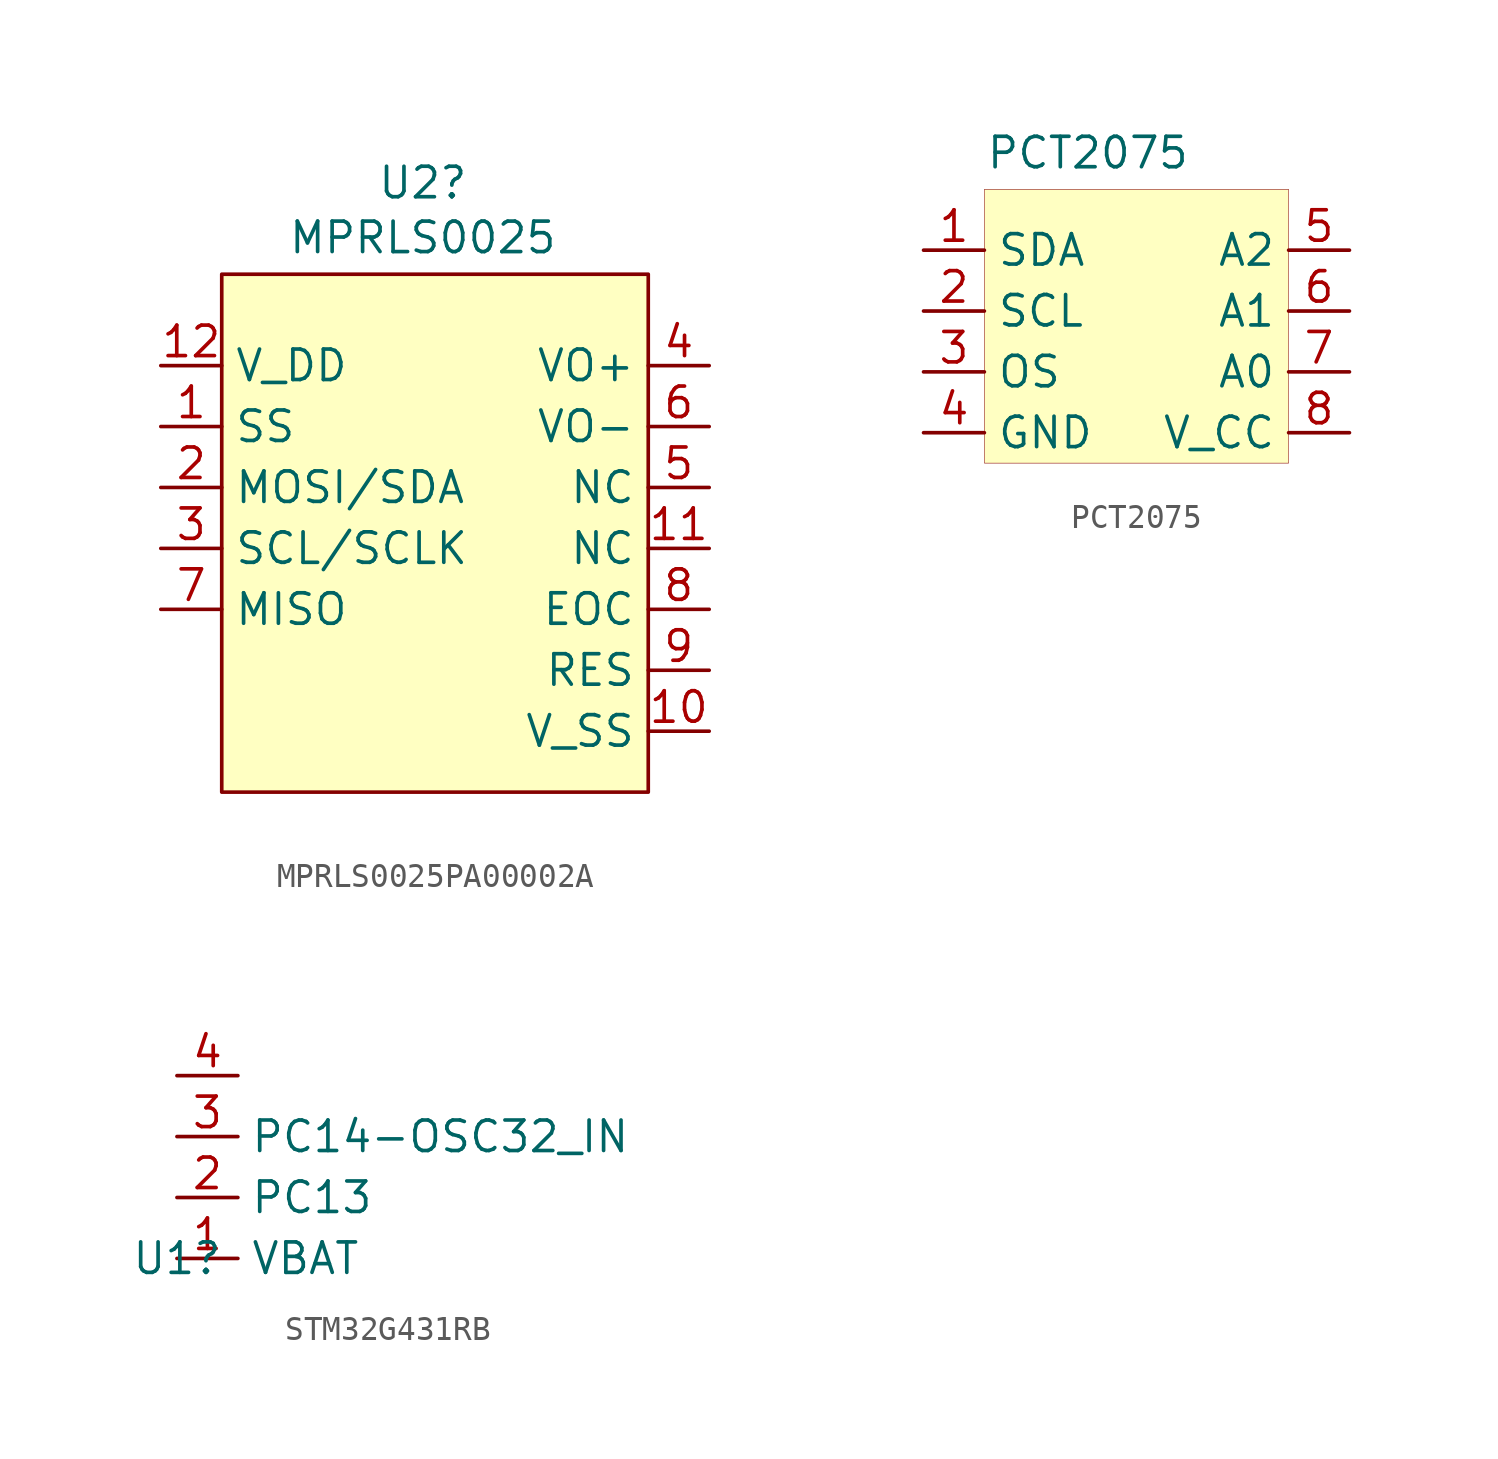
<source format=kicad_sym>
(kicad_symbol_lib
  (version 20241209)
  (generator "kicad_symbol_editor")
  (generator_version "9.0")
  (symbol " MPRLS0025PA00002A "
    (property "Reference" "U2"
      (at 9.652 26.67 0)
      (effects (font (size 1.27 1.27))))
    (property "Value" "MPRLS0025"
      (at 9.652 24.384 0)
      (effects (font (size 1.27 1.27))))
    (symbol " MPRLS0025PA00002A _1_0"
      (pin power_in line (at -1.27 19.05 0) (length 2.54) (name "V_DD" (effects (font (size 1.27 1.27)))) (number "12" (effects (font (size 1.27 1.27)))))
      (pin input line (at -1.27 13.97 0) (length 2.54) (name "MOSI/SDA" (effects (font (size 1.27 1.27)))) (number "2" (effects (font (size 1.27 1.27)))))
      (pin input line (at -1.27 11.43 0) (length 2.54) (name "SCL/SCLK" (effects (font (size 1.27 1.27)))) (number "3" (effects (font (size 1.27 1.27)))))
      (pin input line (at -1.27 8.89 0) (length 2.54) (name "MISO" (effects (font (size 1.27 1.27)))) (number "7" (effects (font (size 1.27 1.27)))))
      (pin output line (at 21.59 19.05 180) (length 2.54) (name "VO+" (effects (font (size 1.27 1.27)))) (number "4" (effects (font (size 1.27 1.27)))))
      (pin output line (at 21.59 16.51 180) (length 2.54) (name "VO-" (effects (font (size 1.27 1.27)))) (number "6" (effects (font (size 1.27 1.27)))))
      (pin output line (at 21.59 13.97 180) (length 2.54) (name "NC" (effects (font (size 1.27 1.27)))) (number "5" (effects (font (size 1.27 1.27)))))
      (pin output line (at 21.59 11.43 180) (length 2.54) (name "NC" (effects (font (size 1.27 1.27)))) (number "11" (effects (font (size 1.27 1.27)))))
      (pin input line (at 21.59 8.89 180) (length 2.54) (name "EOC" (effects (font (size 1.27 1.27)))) (number "8" (effects (font (size 1.27 1.27)))))
      (pin output line (at 21.59 6.35 180) (length 2.54) (name "RES" (effects (font (size 1.27 1.27)))) (number "9" (effects (font (size 1.27 1.27)))))
      (pin output line (at 21.59 3.81 180) (length 2.54) (name "V_SS" (effects (font (size 1.27 1.27)))) (number "10" (effects (font (size 1.27 1.27))))))
    (symbol " MPRLS0025PA00002A _1_1"
      (rectangle (start 1.27 22.86) (end 19.05 1.27) (stroke (width 0) (type solid)) (fill (type background)))
      (pin input line (at -1.27 16.51 0) (length 2.54) (name "SS" (effects (font (size 1.27 1.27)))) (number "1" (effects (font (size 1.27 1.27)))))))
  (symbol "PCT2075"
    (property "Reference" "U1"
      (at -7.366 17.78 0)
      (effects (font (size 1.27 1.27)) (hide yes)))
    (property "Value" "PCT2075"
      (at -4.572 15.494 0)
      (effects (font (size 1.27 1.27))))
    (symbol "PCT2075_1_1"
      (rectangle (start -8.89 13.97) (end 3.81 2.54) (stroke (width 0.006) (type solid)) (fill (type background)))
      (pin input line (at -11.43 11.43 0) (length 2.54) (name "SDA" (effects (font (size 1.27 1.27)))) (number "1" (effects (font (size 1.27 1.27)))))
      (pin input line (at -11.43 8.89 0) (length 2.54) (name "SCL" (effects (font (size 1.27 1.27)))) (number "2" (effects (font (size 1.27 1.27)))))
      (pin input line (at -11.43 6.35 0) (length 2.54) (name "OS" (effects (font (size 1.27 1.27)))) (number "3" (effects (font (size 1.27 1.27)))))
      (pin input line (at -11.43 3.81 0) (length 2.54) (name "GND" (effects (font (size 1.27 1.27)))) (number "4" (effects (font (size 1.27 1.27)))))
      (pin input line (at 6.35 11.43 180) (length 2.54) (name "A2" (effects (font (size 1.27 1.27)))) (number "5" (effects (font (size 1.27 1.27)))))
      (pin input line (at 6.35 8.89 180) (length 2.54) (name "A1" (effects (font (size 1.27 1.27)))) (number "6" (effects (font (size 1.27 1.27)))))
      (pin input line (at 6.35 6.35 180) (length 2.54) (name "A0" (effects (font (size 1.27 1.27)))) (number "7" (effects (font (size 1.27 1.27)))))
      (pin power_in line (at 6.35 3.81 180) (length 2.54) (name "V_CC" (effects (font (size 1.27 1.27)))) (number "8" (effects (font (size 1.27 1.27)))))))
  (symbol "STM32G431RB"
    (property "Reference" "U1"
      (at 0 0 0)
      (effects (font (size 1.27 1.27))))
    (property "Value" ""
      (at 0 0 0)
      (effects (font (size 1.27 1.27))))
    (symbol "STM32G431RB_0_0"
      (pin bidirectional line (at 0 7.62 0) (length 2.54) (name "" (effects (font (size 1.27 1.27)))) (number "4" (effects (font (size 1.27 1.27)))))
      (pin bidirectional line (at 0 5.08 0) (length 2.54) (name "PC14-OSC32_IN" (effects (font (size 1.27 1.27)))) (number "3" (effects (font (size 1.27 1.27)))))
      (pin bidirectional line (at 0 2.54 0) (length 2.54) (name "PC13" (effects (font (size 1.27 1.27)))) (number "2" (effects (font (size 1.27 1.27)))))
      (pin power_in line (at 0 0 0) (length 2.54) (name "VBAT" (effects (font (size 1.27 1.27)))) (number "1" (effects (font (size 1.27 1.27))))))))
</source>
